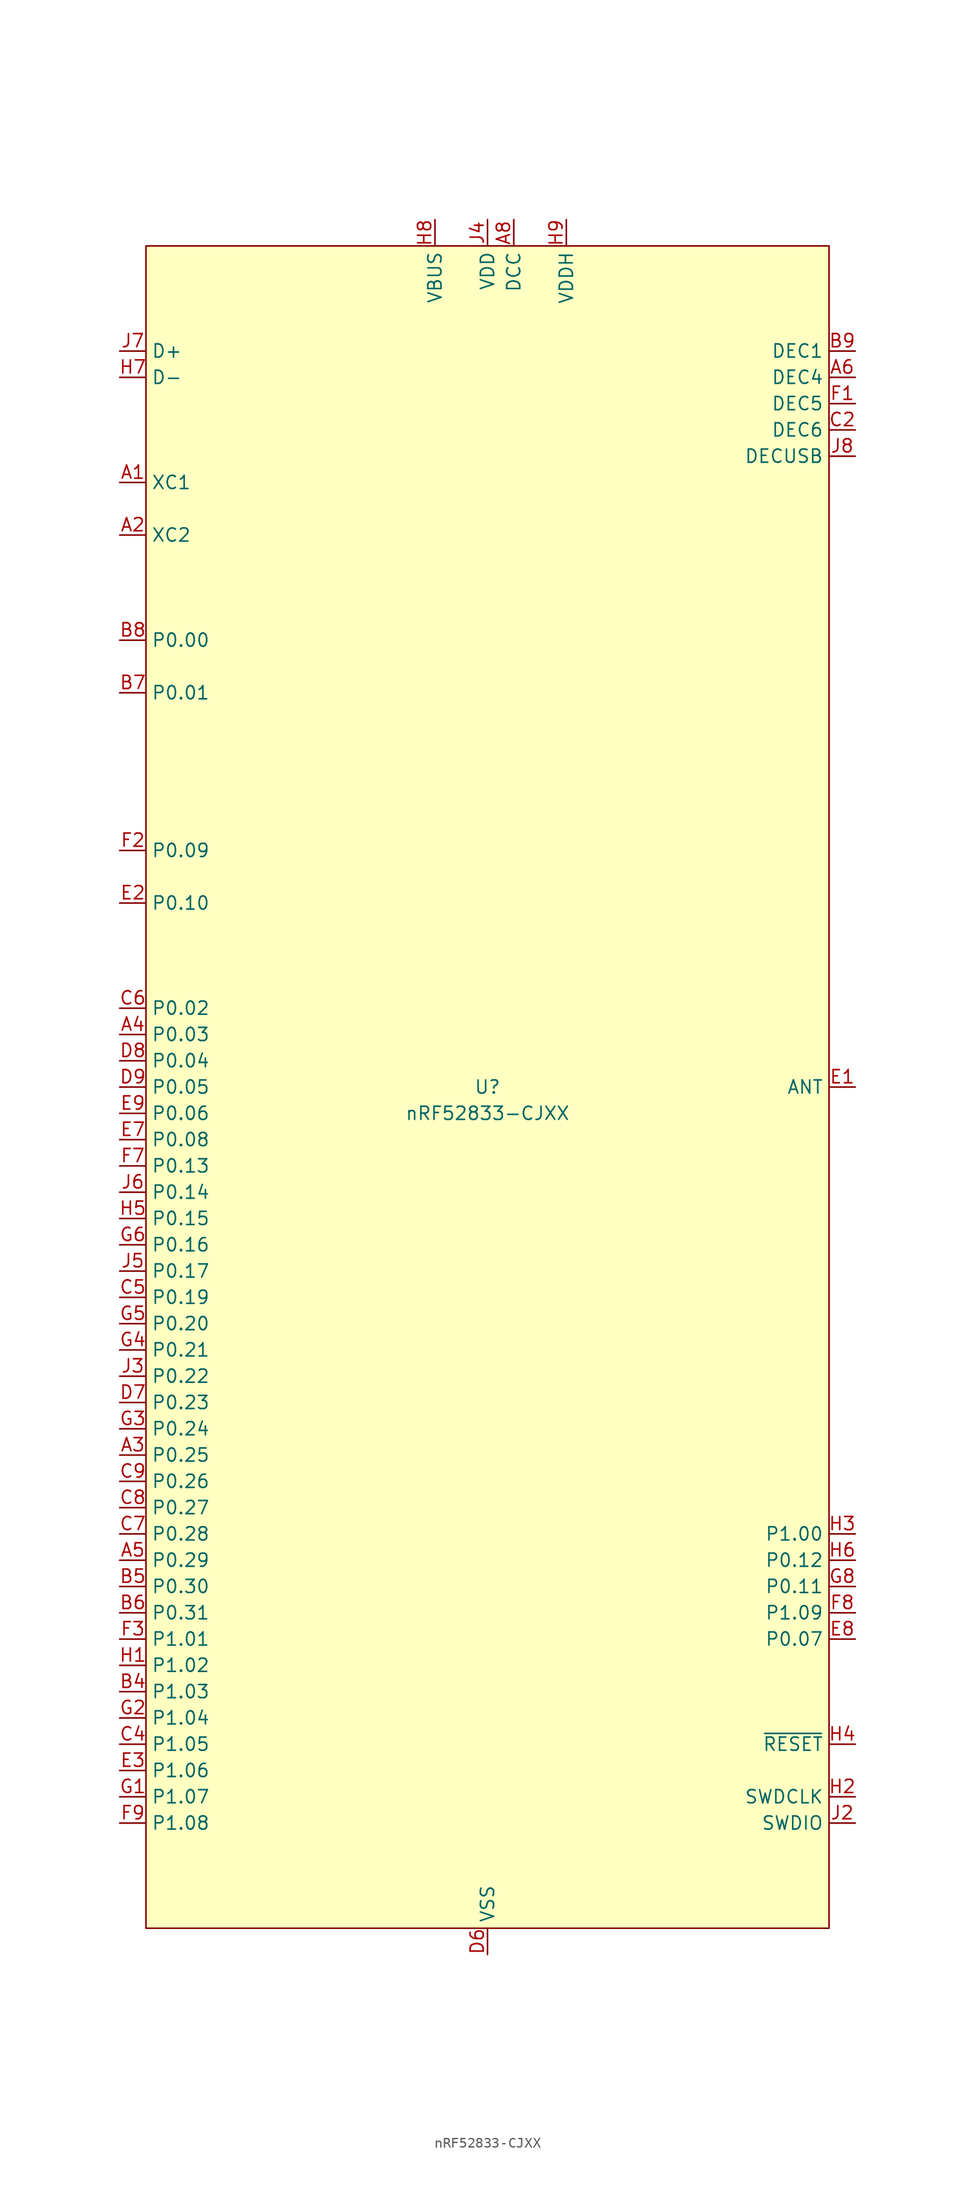
<source format=kicad_sym>
(kicad_symbol_lib
  (version 20241209)
  (generator "kicad_symbol_editor")
  (generator_version "9.0")
  (symbol "nRF52833-CJXX"
    (property "Reference" "U"
      (at 0 0 0)
      (do_not_autoplace)
      (effects (font (size 1.27 1.27))))
    (property "Value" "nRF52833-CJXX"
      (at 0 -2.54 0)
      (do_not_autoplace)
      (effects (font (size 1.27 1.27))))
    (symbol "nRF52833-CJXX_0_0"
      (pin bidirectional line (at -35.56 71.12 0) (length 2.54) (name "D+" (effects (font (size 1.27 1.27)))) (number "J7" (effects (font (size 1.27 1.27)))))
      (pin bidirectional line (at -35.56 68.58 0) (length 2.54) (name "D-" (effects (font (size 1.27 1.27)))) (number "H7" (effects (font (size 1.27 1.27)))))
      (pin input line (at -35.56 58.42 0) (length 2.54) (name "XC1" (effects (font (size 1.27 1.27)))) (number "A1" (effects (font (size 1.27 1.27)))))
      (pin input line (at -35.56 53.34 0) (length 2.54) (name "XC2" (effects (font (size 1.27 1.27)))) (number "A2" (effects (font (size 1.27 1.27)))))
      (pin bidirectional line (at -35.56 -2.54 0) (length 2.54) (name "P0.06" (effects (font (size 1.27 1.27)))) (number "E9" (effects (font (size 1.27 1.27)))))
      (pin bidirectional line (at -35.56 -5.08 0) (length 2.54) (name "P0.08" (effects (font (size 1.27 1.27)))) (number "E7" (effects (font (size 1.27 1.27)))))
      (pin bidirectional line (at -35.56 -7.62 0) (length 2.54) (name "P0.13" (effects (font (size 1.27 1.27)))) (number "F7" (effects (font (size 1.27 1.27)))))
      (pin bidirectional line (at -35.56 -10.16 0) (length 2.54) (name "P0.14" (effects (font (size 1.27 1.27)))) (number "J6" (effects (font (size 1.27 1.27)))))
      (pin bidirectional line (at -35.56 -12.7 0) (length 2.54) (name "P0.15" (effects (font (size 1.27 1.27)))) (number "H5" (effects (font (size 1.27 1.27)))))
      (pin bidirectional line (at -35.56 -15.24 0) (length 2.54) (name "P0.16" (effects (font (size 1.27 1.27)))) (number "G6" (effects (font (size 1.27 1.27)))))
      (pin bidirectional line (at -35.56 -17.78 0) (length 2.54) (name "P0.17" (effects (font (size 1.27 1.27)))) (number "J5" (effects (font (size 1.27 1.27)))))
      (pin bidirectional line (at -35.56 -20.32 0) (length 2.54) (name "P0.19" (effects (font (size 1.27 1.27)))) (number "C5" (effects (font (size 1.27 1.27)))))
      (pin bidirectional line (at -35.56 -22.86 0) (length 2.54) (name "P0.20" (effects (font (size 1.27 1.27)))) (number "G5" (effects (font (size 1.27 1.27)))))
      (pin bidirectional line (at -35.56 -25.4 0) (length 2.54) (name "P0.21" (effects (font (size 1.27 1.27)))) (number "G4" (effects (font (size 1.27 1.27)))))
      (pin bidirectional line (at -35.56 -27.94 0) (length 2.54) (name "P0.22" (effects (font (size 1.27 1.27)))) (number "J3" (effects (font (size 1.27 1.27)))))
      (pin bidirectional line (at -35.56 -30.48 0) (length 2.54) (name "P0.23" (effects (font (size 1.27 1.27)))) (number "D7" (effects (font (size 1.27 1.27)))))
      (pin bidirectional line (at -35.56 -33.02 0) (length 2.54) (name "P0.24" (effects (font (size 1.27 1.27)))) (number "G3" (effects (font (size 1.27 1.27)))))
      (pin bidirectional line (at -35.56 -35.56 0) (length 2.54) (name "P0.25" (effects (font (size 1.27 1.27)))) (number "A3" (effects (font (size 1.27 1.27)))))
      (pin bidirectional line (at -35.56 -38.1 0) (length 2.54) (name "P0.26" (effects (font (size 1.27 1.27)))) (number "C9" (effects (font (size 1.27 1.27)))))
      (pin bidirectional line (at -35.56 -40.64 0) (length 2.54) (name "P0.27" (effects (font (size 1.27 1.27)))) (number "C8" (effects (font (size 1.27 1.27)))))
      (pin bidirectional line (at -35.56 -53.34 0) (length 2.54) (name "P1.01" (effects (font (size 1.27 1.27)))) (number "F3" (effects (font (size 1.27 1.27)))))
      (pin bidirectional line (at -35.56 -55.88 0) (length 2.54) (name "P1.02" (effects (font (size 1.27 1.27)))) (number "H1" (effects (font (size 1.27 1.27)))))
      (pin bidirectional line (at -35.56 -58.42 0) (length 2.54) (name "P1.03" (effects (font (size 1.27 1.27)))) (number "B4" (effects (font (size 1.27 1.27)))))
      (pin bidirectional line (at -35.56 -60.96 0) (length 2.54) (name "P1.04" (effects (font (size 1.27 1.27)))) (number "G2" (effects (font (size 1.27 1.27)))))
      (pin bidirectional line (at -35.56 -63.5 0) (length 2.54) (name "P1.05" (effects (font (size 1.27 1.27)))) (number "C4" (effects (font (size 1.27 1.27)))))
      (pin bidirectional line (at -35.56 -66.04 0) (length 2.54) (name "P1.06" (effects (font (size 1.27 1.27)))) (number "E3" (effects (font (size 1.27 1.27)))))
      (pin bidirectional line (at -35.56 -68.58 0) (length 2.54) (name "P1.07" (effects (font (size 1.27 1.27)))) (number "G1" (effects (font (size 1.27 1.27)))))
      (pin bidirectional line (at -35.56 -71.12 0) (length 2.54) (name "P1.08" (effects (font (size 1.27 1.27)))) (number "F9" (effects (font (size 1.27 1.27)))))
      (pin passive line (at 0 83.82 270) (length 2.54) (name "VDD" (effects (font (size 1.27 1.27)))) (number "J4" (effects (font (size 1.27 1.27)))))
      (pin power_in line (at 0 -83.82 90) (length 2.54) (name "VSS" (effects (font (size 1.27 1.27)))) (number "D6" (effects (font (size 1.27 1.27)))))
      (pin power_out line (at 2.54 83.82 270) (length 2.54) (name "DCC" (effects (font (size 1.27 1.27)))) (number "A8" (effects (font (size 1.27 1.27)))))
      (pin power_in line (at 7.62 83.82 270) (length 2.54) (name "VDDH" (effects (font (size 1.27 1.27)))) (number "H9" (effects (font (size 1.27 1.27)))))
      (pin passive line (at 35.56 60.96 180) (length 2.54) (name "DECUSB" (effects (font (size 1.27 1.27)))) (number "J8" (effects (font (size 1.27 1.27)))))
      (pin bidirectional line (at 35.56 0 180) (length 2.54) (name "ANT" (effects (font (size 1.27 1.27)))) (number "E1" (effects (font (size 1.27 1.27)))))
      (pin input line (at 35.56 -68.58 180) (length 2.54) (name "SWDCLK" (effects (font (size 1.27 1.27)))) (number "H2" (effects (font (size 1.27 1.27)))))
      (pin bidirectional line (at 35.56 -71.12 180) (length 2.54) (name "SWDIO" (effects (font (size 1.27 1.27)))) (number "J2" (effects (font (size 1.27 1.27))))))
    (symbol "nRF52833-CJXX_1_0"
      (pin bidirectional line (at -35.56 43.18 0) (length 2.54) (name "P0.00" (effects (font (size 1.27 1.27)))) (number "B8" (effects (font (size 1.27 1.27)))) (alternate "XL1" input line))
      (pin bidirectional line (at -35.56 38.1 0) (length 2.54) (name "P0.01" (effects (font (size 1.27 1.27)))) (number "B7" (effects (font (size 1.27 1.27)))) (alternate "XL2" input line))
      (pin bidirectional line (at -35.56 22.86 0) (length 2.54) (name "P0.09" (effects (font (size 1.27 1.27)))) (number "F2" (effects (font (size 1.27 1.27)))) (alternate "NFC1" input line))
      (pin bidirectional line (at -35.56 17.78 0) (length 2.54) (name "P0.10" (effects (font (size 1.27 1.27)))) (number "E2" (effects (font (size 1.27 1.27)))) (alternate "NFC2" input line))
      (pin bidirectional line (at -35.56 7.62 0) (length 2.54) (name "P0.02" (effects (font (size 1.27 1.27)))) (number "C6" (effects (font (size 1.27 1.27)))) (alternate "AIN0" input line))
      (pin bidirectional line (at -35.56 5.08 0) (length 2.54) (name "P0.03" (effects (font (size 1.27 1.27)))) (number "A4" (effects (font (size 1.27 1.27)))) (alternate "AIN1" input line))
      (pin bidirectional line (at -35.56 2.54 0) (length 2.54) (name "P0.04" (effects (font (size 1.27 1.27)))) (number "D8" (effects (font (size 1.27 1.27)))) (alternate "AIN2" input line))
      (pin bidirectional line (at -35.56 0 0) (length 2.54) (name "P0.05" (effects (font (size 1.27 1.27)))) (number "D9" (effects (font (size 1.27 1.27)))) (alternate "AIN3" input line))
      (pin bidirectional line (at -35.56 -43.18 0) (length 2.54) (name "P0.28" (effects (font (size 1.27 1.27)))) (number "C7" (effects (font (size 1.27 1.27)))) (alternate "AIN4" input line))
      (pin bidirectional line (at -35.56 -45.72 0) (length 2.54) (name "P0.29" (effects (font (size 1.27 1.27)))) (number "A5" (effects (font (size 1.27 1.27)))) (alternate "AIN5" input line))
      (pin bidirectional line (at -35.56 -48.26 0) (length 2.54) (name "P0.30" (effects (font (size 1.27 1.27)))) (number "B5" (effects (font (size 1.27 1.27)))) (alternate "AIN6" input line))
      (pin bidirectional line (at -35.56 -50.8 0) (length 2.54) (name "P0.31" (effects (font (size 1.27 1.27)))) (number "B6" (effects (font (size 1.27 1.27)))) (alternate "AIN7" input line))
      (pin power_in line (at -5.08 83.82 270) (length 2.54) (name "VBUS" (effects (font (size 1.27 1.27)))) (number "H8" (effects (font (size 1.27 1.27)))))
      (pin passive line (at 0 83.82 270) (length 2.54) (hide yes) (name "VDD" (effects (font (size 1.27 1.27)))) (number "A9" (effects (font (size 1.27 1.27)))))
      (pin passive line (at 0 83.82 270) (length 2.54) (hide yes) (name "VDD" (effects (font (size 1.27 1.27)))) (number "B3" (effects (font (size 1.27 1.27)))))
      (pin passive line (at 0 83.82 270) (length 2.54) (hide yes) (name "VDD" (effects (font (size 1.27 1.27)))) (number "G9" (effects (font (size 1.27 1.27)))))
      (pin passive line (at 0 83.82 270) (length 2.54) (hide yes) (name "VDD" (effects (font (size 1.27 1.27)))) (number "J1" (effects (font (size 1.27 1.27)))))
      (pin passive line (at 0 -83.82 90) (length 2.54) (hide yes) (name "VSS" (effects (font (size 1.27 1.27)))) (number "A7" (effects (font (size 1.27 1.27)))))
      (pin passive line (at 0 -83.82 90) (length 2.54) (hide yes) (name "VSS_PA" (effects (font (size 1.27 1.27)))) (number "C1" (effects (font (size 1.27 1.27)))))
      (pin passive line (at 0 -83.82 90) (length 2.54) (hide yes) (name "VSS" (effects (font (size 1.27 1.27)))) (number "D3" (effects (font (size 1.27 1.27)))))
      (pin passive line (at 0 -83.82 90) (length 2.54) (hide yes) (name "VSS" (effects (font (size 1.27 1.27)))) (number "D4" (effects (font (size 1.27 1.27)))))
      (pin passive line (at 0 -83.82 90) (length 2.54) (hide yes) (name "VSS" (effects (font (size 1.27 1.27)))) (number "D5" (effects (font (size 1.27 1.27)))))
      (pin passive line (at 0 -83.82 90) (length 2.54) (hide yes) (name "VSS" (effects (font (size 1.27 1.27)))) (number "E4" (effects (font (size 1.27 1.27)))))
      (pin passive line (at 0 -83.82 90) (length 2.54) (hide yes) (name "VSS" (effects (font (size 1.27 1.27)))) (number "E5" (effects (font (size 1.27 1.27)))))
      (pin passive line (at 0 -83.82 90) (length 2.54) (hide yes) (name "VSS" (effects (font (size 1.27 1.27)))) (number "E6" (effects (font (size 1.27 1.27)))))
      (pin passive line (at 0 -83.82 90) (length 2.54) (hide yes) (name "VSS" (effects (font (size 1.27 1.27)))) (number "F4" (effects (font (size 1.27 1.27)))))
      (pin passive line (at 0 -83.82 90) (length 2.54) (hide yes) (name "VSS" (effects (font (size 1.27 1.27)))) (number "F5" (effects (font (size 1.27 1.27)))))
      (pin passive line (at 0 -83.82 90) (length 2.54) (hide yes) (name "VSS" (effects (font (size 1.27 1.27)))) (number "F6" (effects (font (size 1.27 1.27)))))
      (pin passive line (at 0 -83.82 90) (length 2.54) (hide yes) (name "VSS" (effects (font (size 1.27 1.27)))) (number "J9" (effects (font (size 1.27 1.27)))))
      (pin passive line (at 35.56 71.12 180) (length 2.54) (name "DEC1" (effects (font (size 1.27 1.27)))) (number "B9" (effects (font (size 1.27 1.27)))))
      (pin passive line (at 35.56 68.58 180) (length 2.54) (name "DEC4" (effects (font (size 1.27 1.27)))) (number "A6" (effects (font (size 1.27 1.27)))))
      (pin passive line (at 35.56 66.04 180) (length 2.54) (name "DEC5" (effects (font (size 1.27 1.27)))) (number "F1" (effects (font (size 1.27 1.27)))) (alternate "NC" no_connect line))
      (pin passive line (at 35.56 63.5 180) (length 2.54) (name "DEC6" (effects (font (size 1.27 1.27)))) (number "C2" (effects (font (size 1.27 1.27)))))
      (pin bidirectional line (at 35.56 -43.18 180) (length 2.54) (name "P1.00" (effects (font (size 1.27 1.27)))) (number "H3" (effects (font (size 1.27 1.27)))) (alternate "TRACEDATA[0]" output line))
      (pin bidirectional line (at 35.56 -45.72 180) (length 2.54) (name "P0.12" (effects (font (size 1.27 1.27)))) (number "H6" (effects (font (size 1.27 1.27)))) (alternate "TRACEDATA[1]" output line))
      (pin bidirectional line (at 35.56 -48.26 180) (length 2.54) (name "P0.11" (effects (font (size 1.27 1.27)))) (number "G8" (effects (font (size 1.27 1.27)))) (alternate "TRACEDATA[2]" output line))
      (pin bidirectional line (at 35.56 -50.8 180) (length 2.54) (name "P1.09" (effects (font (size 1.27 1.27)))) (number "F8" (effects (font (size 1.27 1.27)))) (alternate "TRACEDATA[3]" output line))
      (pin bidirectional line (at 35.56 -53.34 180) (length 2.54) (name "P0.07" (effects (font (size 1.27 1.27)))) (number "E8" (effects (font (size 1.27 1.27)))) (alternate "TRACECLK" input line))
      (pin input line (at 35.56 -63.5 180) (length 2.54) (name "~{RESET}" (effects (font (size 1.27 1.27)))) (number "H4" (effects (font (size 1.27 1.27)))) (alternate "P0.18" bidirectional line)))
    (symbol "nRF52833-CJXX_1_1"
      (rectangle (start -33.02 81.28) (end 33.02 -81.28) (stroke (width 0) (type default)) (fill (type background))))))
</source>
